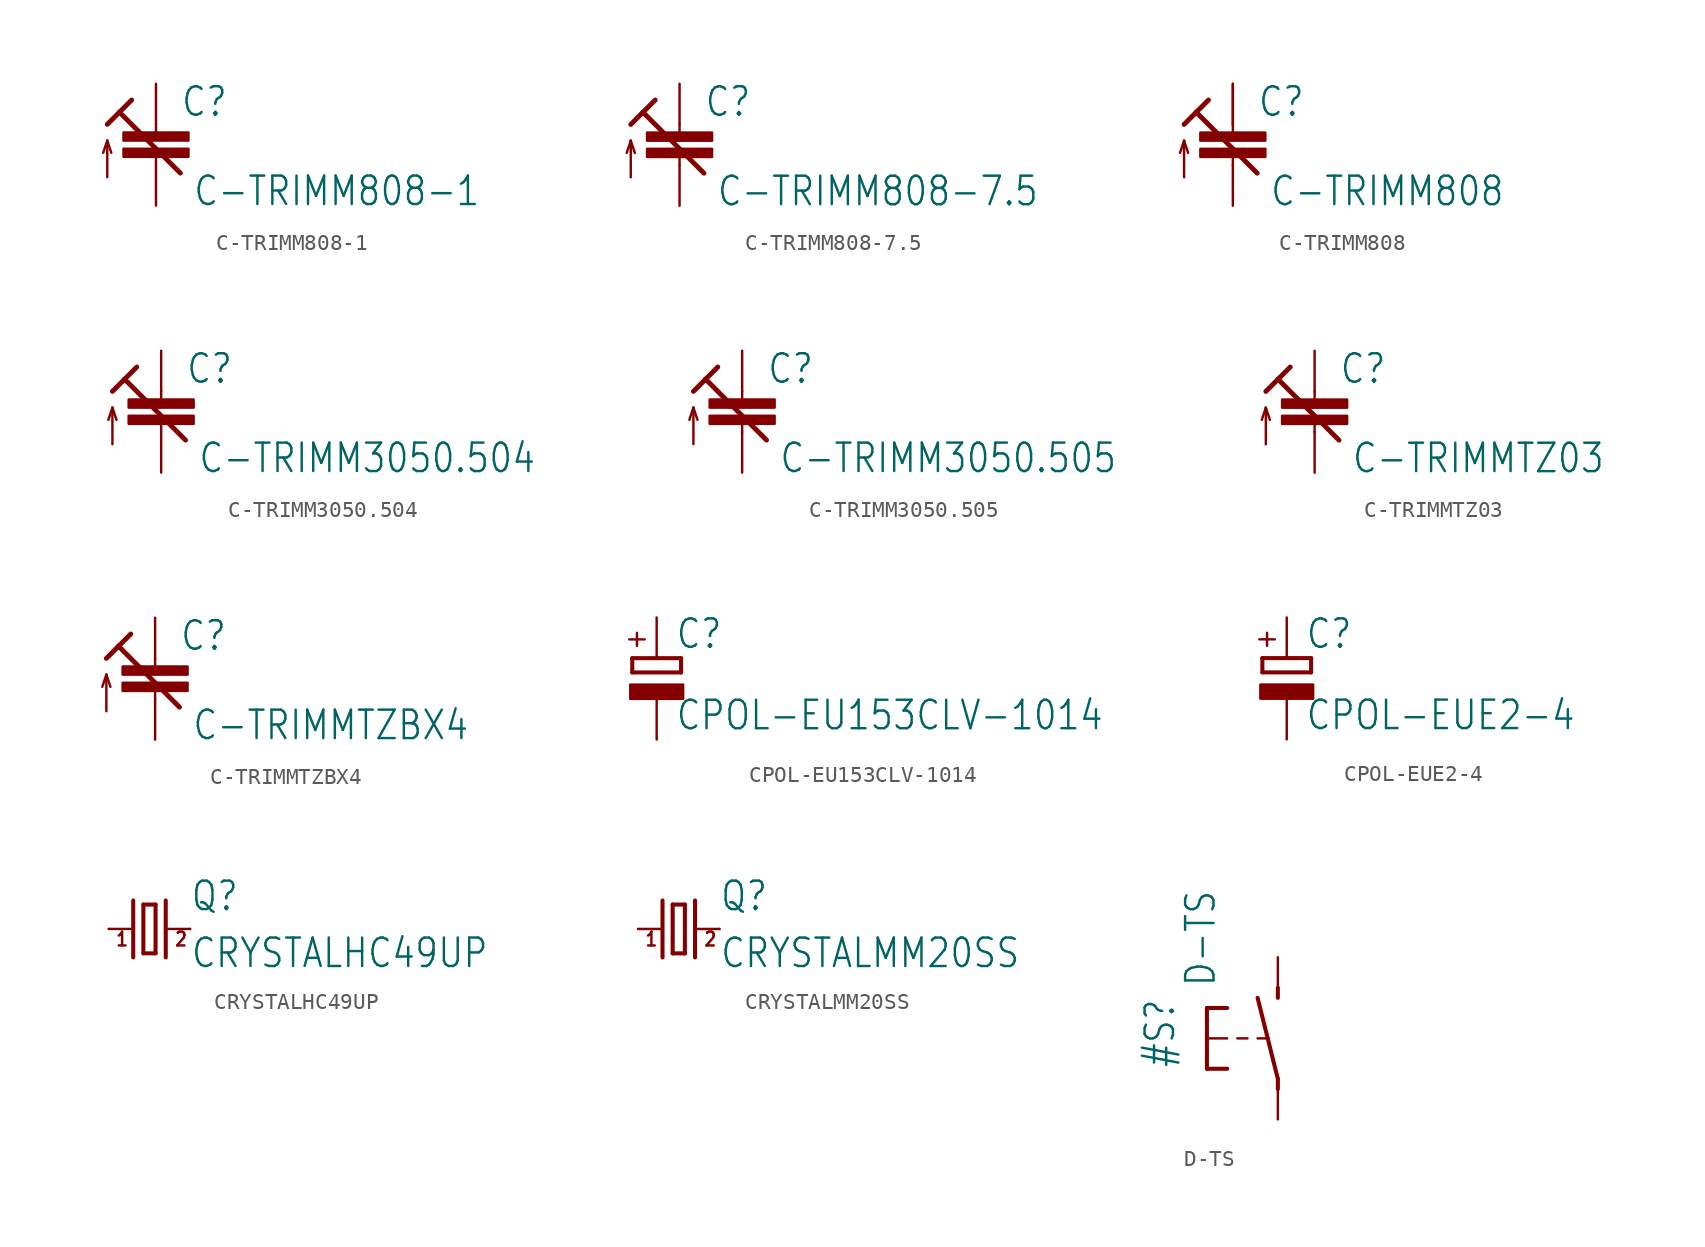
<source format=kicad_sym>
(kicad_symbol_lib
  (version 20220914)
  (generator kicad_symbol_editor)
  (symbol "C-TRIMM808-1"
    (property "Reference" "C"
      (at 1.524 0.381 0)
      (effects (font (size 1.778 1.511)) (justify left bottom)))
    (property "Value" "C-TRIMM808-1"
      (at 2.286 -5.207 0)
      (effects (font (size 1.778 1.511)) (justify left bottom)))
    (property "ki_locked" ""
      (at 0 0 0)
      (effects (font (size 1.27 1.27))))
    (symbol "C-TRIMM808-1_1_0"
      (rectangle (start -2.032 -2.032) (end 2.032 -1.524) (stroke (width 0) (type default)) (fill (type outline)))
      (rectangle (start -2.032 -1.016) (end 2.032 -0.508) (stroke (width 0) (type default)) (fill (type outline)))
      (polyline (pts (xy -3.048 -3.302) (xy -3.048 -1.016)) (stroke (width 0.152) (type default)) (fill (type none)))
      (polyline (pts (xy -3.048 -1.016) (xy -3.302 -1.778)) (stroke (width 0.152) (type default)) (fill (type none)))
      (polyline (pts (xy -3.048 -1.016) (xy -2.794 -1.778)) (stroke (width 0.152) (type default)) (fill (type none)))
      (polyline (pts (xy -3.048 0) (xy -2.286 0.762)) (stroke (width 0.305) (type default)) (fill (type none)))
      (polyline (pts (xy -2.286 0.762) (xy -1.524 1.524)) (stroke (width 0.305) (type default)) (fill (type none)))
      (polyline (pts (xy 0 -2.54) (xy 0 -2.032)) (stroke (width 0.152) (type default)) (fill (type none)))
      (polyline (pts (xy 0 0) (xy 0 -0.508)) (stroke (width 0.152) (type default)) (fill (type none)))
      (polyline (pts (xy 1.524 -3.048) (xy -2.286 0.762)) (stroke (width 0.305) (type default)) (fill (type none)))
      (pin passive line (at 0 2.54 270) (length 2.54) (name "E" (effects (font (size 0 0)))) (number "1" (effects (font (size 0 0)))))
      (pin passive line (at 0 -5.08 90) (length 2.54) (name "A" (effects (font (size 0 0)))) (number "2" (effects (font (size 0 0)))))))
  (symbol "C-TRIMM808-7.5"
    (property "Reference" "C"
      (at 1.524 0.381 0)
      (effects (font (size 1.778 1.511)) (justify left bottom)))
    (property "Value" "C-TRIMM808-7.5"
      (at 2.286 -5.207 0)
      (effects (font (size 1.778 1.511)) (justify left bottom)))
    (property "ki_locked" ""
      (at 0 0 0)
      (effects (font (size 1.27 1.27))))
    (symbol "C-TRIMM808-7.5_1_0"
      (rectangle (start -2.032 -2.032) (end 2.032 -1.524) (stroke (width 0) (type default)) (fill (type outline)))
      (rectangle (start -2.032 -1.016) (end 2.032 -0.508) (stroke (width 0) (type default)) (fill (type outline)))
      (polyline (pts (xy -3.048 -3.302) (xy -3.048 -1.016)) (stroke (width 0.152) (type default)) (fill (type none)))
      (polyline (pts (xy -3.048 -1.016) (xy -3.302 -1.778)) (stroke (width 0.152) (type default)) (fill (type none)))
      (polyline (pts (xy -3.048 -1.016) (xy -2.794 -1.778)) (stroke (width 0.152) (type default)) (fill (type none)))
      (polyline (pts (xy -3.048 0) (xy -2.286 0.762)) (stroke (width 0.305) (type default)) (fill (type none)))
      (polyline (pts (xy -2.286 0.762) (xy -1.524 1.524)) (stroke (width 0.305) (type default)) (fill (type none)))
      (polyline (pts (xy 0 -2.54) (xy 0 -2.032)) (stroke (width 0.152) (type default)) (fill (type none)))
      (polyline (pts (xy 0 0) (xy 0 -0.508)) (stroke (width 0.152) (type default)) (fill (type none)))
      (polyline (pts (xy 1.524 -3.048) (xy -2.286 0.762)) (stroke (width 0.305) (type default)) (fill (type none)))
      (pin passive line (at 0 2.54 270) (length 2.54) (name "E" (effects (font (size 0 0)))) (number "1" (effects (font (size 0 0)))))
      (pin passive line (at 0 -5.08 90) (length 2.54) (name "A" (effects (font (size 0 0)))) (number "2" (effects (font (size 0 0)))))))
  (symbol "C-TRIMM808"
    (property "Reference" "C"
      (at 1.524 0.381 0)
      (effects (font (size 1.778 1.511)) (justify left bottom)))
    (property "Value" "C-TRIMM808"
      (at 2.286 -5.207 0)
      (effects (font (size 1.778 1.511)) (justify left bottom)))
    (property "ki_locked" ""
      (at 0 0 0)
      (effects (font (size 1.27 1.27))))
    (symbol "C-TRIMM808_1_0"
      (rectangle (start -2.032 -2.032) (end 2.032 -1.524) (stroke (width 0) (type default)) (fill (type outline)))
      (rectangle (start -2.032 -1.016) (end 2.032 -0.508) (stroke (width 0) (type default)) (fill (type outline)))
      (polyline (pts (xy -3.048 -3.302) (xy -3.048 -1.016)) (stroke (width 0.152) (type default)) (fill (type none)))
      (polyline (pts (xy -3.048 -1.016) (xy -3.302 -1.778)) (stroke (width 0.152) (type default)) (fill (type none)))
      (polyline (pts (xy -3.048 -1.016) (xy -2.794 -1.778)) (stroke (width 0.152) (type default)) (fill (type none)))
      (polyline (pts (xy -3.048 0) (xy -2.286 0.762)) (stroke (width 0.305) (type default)) (fill (type none)))
      (polyline (pts (xy -2.286 0.762) (xy -1.524 1.524)) (stroke (width 0.305) (type default)) (fill (type none)))
      (polyline (pts (xy 0 -2.54) (xy 0 -2.032)) (stroke (width 0.152) (type default)) (fill (type none)))
      (polyline (pts (xy 0 0) (xy 0 -0.508)) (stroke (width 0.152) (type default)) (fill (type none)))
      (polyline (pts (xy 1.524 -3.048) (xy -2.286 0.762)) (stroke (width 0.305) (type default)) (fill (type none)))
      (pin passive line (at 0 2.54 270) (length 2.54) (name "E" (effects (font (size 0 0)))) (number "1" (effects (font (size 0 0)))))
      (pin passive line (at 0 -5.08 90) (length 2.54) (name "A" (effects (font (size 0 0)))) (number "2" (effects (font (size 0 0)))))
      (pin passive line (at 0 2.54 270) (length 2.54) (name "E" (effects (font (size 0 0)))) (number "3" (effects (font (size 0 0)))))))
  (symbol "C-TRIMM3050.504"
    (property "Reference" "C"
      (at 1.524 0.381 0)
      (effects (font (size 1.778 1.511)) (justify left bottom)))
    (property "Value" "C-TRIMM3050.504"
      (at 2.286 -5.207 0)
      (effects (font (size 1.778 1.511)) (justify left bottom)))
    (property "ki_locked" ""
      (at 0 0 0)
      (effects (font (size 1.27 1.27))))
    (symbol "C-TRIMM3050.504_1_0"
      (rectangle (start -2.032 -2.032) (end 2.032 -1.524) (stroke (width 0) (type default)) (fill (type outline)))
      (rectangle (start -2.032 -1.016) (end 2.032 -0.508) (stroke (width 0) (type default)) (fill (type outline)))
      (polyline (pts (xy -3.048 -3.302) (xy -3.048 -1.016)) (stroke (width 0.152) (type default)) (fill (type none)))
      (polyline (pts (xy -3.048 -1.016) (xy -3.302 -1.778)) (stroke (width 0.152) (type default)) (fill (type none)))
      (polyline (pts (xy -3.048 -1.016) (xy -2.794 -1.778)) (stroke (width 0.152) (type default)) (fill (type none)))
      (polyline (pts (xy -3.048 0) (xy -2.286 0.762)) (stroke (width 0.305) (type default)) (fill (type none)))
      (polyline (pts (xy -2.286 0.762) (xy -1.524 1.524)) (stroke (width 0.305) (type default)) (fill (type none)))
      (polyline (pts (xy 0 -2.54) (xy 0 -2.032)) (stroke (width 0.152) (type default)) (fill (type none)))
      (polyline (pts (xy 0 0) (xy 0 -0.508)) (stroke (width 0.152) (type default)) (fill (type none)))
      (polyline (pts (xy 1.524 -3.048) (xy -2.286 0.762)) (stroke (width 0.305) (type default)) (fill (type none)))
      (pin passive line (at 0 2.54 270) (length 2.54) (name "E" (effects (font (size 0 0)))) (number "1" (effects (font (size 0 0)))))
      (pin passive line (at 0 -5.08 90) (length 2.54) (name "A" (effects (font (size 0 0)))) (number "2" (effects (font (size 0 0)))))))
  (symbol "C-TRIMM3050.505"
    (property "Reference" "C"
      (at 1.524 0.381 0)
      (effects (font (size 1.778 1.511)) (justify left bottom)))
    (property "Value" "C-TRIMM3050.505"
      (at 2.286 -5.207 0)
      (effects (font (size 1.778 1.511)) (justify left bottom)))
    (property "ki_locked" ""
      (at 0 0 0)
      (effects (font (size 1.27 1.27))))
    (symbol "C-TRIMM3050.505_1_0"
      (rectangle (start -2.032 -2.032) (end 2.032 -1.524) (stroke (width 0) (type default)) (fill (type outline)))
      (rectangle (start -2.032 -1.016) (end 2.032 -0.508) (stroke (width 0) (type default)) (fill (type outline)))
      (polyline (pts (xy -3.048 -3.302) (xy -3.048 -1.016)) (stroke (width 0.152) (type default)) (fill (type none)))
      (polyline (pts (xy -3.048 -1.016) (xy -3.302 -1.778)) (stroke (width 0.152) (type default)) (fill (type none)))
      (polyline (pts (xy -3.048 -1.016) (xy -2.794 -1.778)) (stroke (width 0.152) (type default)) (fill (type none)))
      (polyline (pts (xy -3.048 0) (xy -2.286 0.762)) (stroke (width 0.305) (type default)) (fill (type none)))
      (polyline (pts (xy -2.286 0.762) (xy -1.524 1.524)) (stroke (width 0.305) (type default)) (fill (type none)))
      (polyline (pts (xy 0 -2.54) (xy 0 -2.032)) (stroke (width 0.152) (type default)) (fill (type none)))
      (polyline (pts (xy 0 0) (xy 0 -0.508)) (stroke (width 0.152) (type default)) (fill (type none)))
      (polyline (pts (xy 1.524 -3.048) (xy -2.286 0.762)) (stroke (width 0.305) (type default)) (fill (type none)))
      (pin passive line (at 0 2.54 270) (length 2.54) (name "E" (effects (font (size 0 0)))) (number "1" (effects (font (size 0 0)))))
      (pin passive line (at 0 -5.08 90) (length 2.54) (name "A" (effects (font (size 0 0)))) (number "2" (effects (font (size 0 0)))))))
  (symbol "C-TRIMMTZ03"
    (property "Reference" "C"
      (at 1.524 0.381 0)
      (effects (font (size 1.778 1.511)) (justify left bottom)))
    (property "Value" "C-TRIMMTZ03"
      (at 2.286 -5.207 0)
      (effects (font (size 1.778 1.511)) (justify left bottom)))
    (property "ki_locked" ""
      (at 0 0 0)
      (effects (font (size 1.27 1.27))))
    (symbol "C-TRIMMTZ03_1_0"
      (rectangle (start -2.032 -2.032) (end 2.032 -1.524) (stroke (width 0) (type default)) (fill (type outline)))
      (rectangle (start -2.032 -1.016) (end 2.032 -0.508) (stroke (width 0) (type default)) (fill (type outline)))
      (polyline (pts (xy -3.048 -3.302) (xy -3.048 -1.016)) (stroke (width 0.152) (type default)) (fill (type none)))
      (polyline (pts (xy -3.048 -1.016) (xy -3.302 -1.778)) (stroke (width 0.152) (type default)) (fill (type none)))
      (polyline (pts (xy -3.048 -1.016) (xy -2.794 -1.778)) (stroke (width 0.152) (type default)) (fill (type none)))
      (polyline (pts (xy -3.048 0) (xy -2.286 0.762)) (stroke (width 0.305) (type default)) (fill (type none)))
      (polyline (pts (xy -2.286 0.762) (xy -1.524 1.524)) (stroke (width 0.305) (type default)) (fill (type none)))
      (polyline (pts (xy 0 -2.54) (xy 0 -2.032)) (stroke (width 0.152) (type default)) (fill (type none)))
      (polyline (pts (xy 0 0) (xy 0 -0.508)) (stroke (width 0.152) (type default)) (fill (type none)))
      (polyline (pts (xy 1.524 -3.048) (xy -2.286 0.762)) (stroke (width 0.305) (type default)) (fill (type none)))
      (pin passive line (at 0 2.54 270) (length 2.54) (name "E" (effects (font (size 0 0)))) (number "1" (effects (font (size 0 0)))))
      (pin passive line (at 0 -5.08 90) (length 2.54) (name "A" (effects (font (size 0 0)))) (number "2" (effects (font (size 0 0)))))))
  (symbol "C-TRIMMTZBX4"
    (property "Reference" "C"
      (at 1.524 0.381 0)
      (effects (font (size 1.778 1.511)) (justify left bottom)))
    (property "Value" "C-TRIMMTZBX4"
      (at 2.286 -5.207 0)
      (effects (font (size 1.778 1.511)) (justify left bottom)))
    (property "ki_locked" ""
      (at 0 0 0)
      (effects (font (size 1.27 1.27))))
    (symbol "C-TRIMMTZBX4_1_0"
      (rectangle (start -2.032 -2.032) (end 2.032 -1.524) (stroke (width 0) (type default)) (fill (type outline)))
      (rectangle (start -2.032 -1.016) (end 2.032 -0.508) (stroke (width 0) (type default)) (fill (type outline)))
      (polyline (pts (xy -3.048 -3.302) (xy -3.048 -1.016)) (stroke (width 0.152) (type default)) (fill (type none)))
      (polyline (pts (xy -3.048 -1.016) (xy -3.302 -1.778)) (stroke (width 0.152) (type default)) (fill (type none)))
      (polyline (pts (xy -3.048 -1.016) (xy -2.794 -1.778)) (stroke (width 0.152) (type default)) (fill (type none)))
      (polyline (pts (xy -3.048 0) (xy -2.286 0.762)) (stroke (width 0.305) (type default)) (fill (type none)))
      (polyline (pts (xy -2.286 0.762) (xy -1.524 1.524)) (stroke (width 0.305) (type default)) (fill (type none)))
      (polyline (pts (xy 0 -2.54) (xy 0 -2.032)) (stroke (width 0.152) (type default)) (fill (type none)))
      (polyline (pts (xy 0 0) (xy 0 -0.508)) (stroke (width 0.152) (type default)) (fill (type none)))
      (polyline (pts (xy 1.524 -3.048) (xy -2.286 0.762)) (stroke (width 0.305) (type default)) (fill (type none)))
      (pin passive line (at 0 2.54 270) (length 2.54) (name "E" (effects (font (size 0 0)))) (number "1" (effects (font (size 0 0)))))
      (pin passive line (at 0 -5.08 90) (length 2.54) (name "A" (effects (font (size 0 0)))) (number "2" (effects (font (size 0 0)))))))
  (symbol "CPOL-EU153CLV-1014"
    (property "Reference" "C"
      (at 1.143 0.483 0)
      (effects (font (size 1.778 1.511)) (justify left bottom)))
    (property "Value" "CPOL-EU153CLV-1014"
      (at 1.143 -4.597 0)
      (effects (font (size 1.778 1.511)) (justify left bottom)))
    (property "ki_locked" ""
      (at 0 0 0)
      (effects (font (size 1.27 1.27))))
    (symbol "CPOL-EU153CLV-1014_1_0"
      (rectangle (start -1.651 -2.54) (end 1.651 -1.651) (stroke (width 0) (type default)) (fill (type outline)))
      (polyline (pts (xy -1.524 -0.889) (xy 1.524 -0.889)) (stroke (width 0.254) (type default)) (fill (type none)))
      (polyline (pts (xy -1.524 0) (xy -1.524 -0.889)) (stroke (width 0.254) (type default)) (fill (type none)))
      (polyline (pts (xy -1.524 0) (xy 1.524 0)) (stroke (width 0.254) (type default)) (fill (type none)))
      (polyline (pts (xy 1.524 -0.889) (xy 1.524 0)) (stroke (width 0.254) (type default)) (fill (type none)))
      (text "+" (at -0.584 0.406 900) (effects (font (size 1.27 1.079)) (justify left bottom)))
      (pin passive line (at 0 2.54 270) (length 2.54) (name "+" (effects (font (size 0 0)))) (number "+" (effects (font (size 0 0)))))
      (pin passive line (at 0 -5.08 90) (length 2.54) (name "-" (effects (font (size 0 0)))) (number "-" (effects (font (size 0 0)))))))
  (symbol "CPOL-EUE2-4"
    (property "Reference" "C"
      (at 1.143 0.483 0)
      (effects (font (size 1.778 1.511)) (justify left bottom)))
    (property "Value" "CPOL-EUE2-4"
      (at 1.143 -4.597 0)
      (effects (font (size 1.778 1.511)) (justify left bottom)))
    (property "ki_locked" ""
      (at 0 0 0)
      (effects (font (size 1.27 1.27))))
    (symbol "CPOL-EUE2-4_1_0"
      (rectangle (start -1.651 -2.54) (end 1.651 -1.651) (stroke (width 0) (type default)) (fill (type outline)))
      (polyline (pts (xy -1.524 -0.889) (xy 1.524 -0.889)) (stroke (width 0.254) (type default)) (fill (type none)))
      (polyline (pts (xy -1.524 0) (xy -1.524 -0.889)) (stroke (width 0.254) (type default)) (fill (type none)))
      (polyline (pts (xy -1.524 0) (xy 1.524 0)) (stroke (width 0.254) (type default)) (fill (type none)))
      (polyline (pts (xy 1.524 -0.889) (xy 1.524 0)) (stroke (width 0.254) (type default)) (fill (type none)))
      (text "+" (at -0.584 0.406 900) (effects (font (size 1.27 1.079)) (justify left bottom)))
      (pin passive line (at 0 2.54 270) (length 2.54) (name "+" (effects (font (size 0 0)))) (number "+" (effects (font (size 0 0)))))
      (pin passive line (at 0 -5.08 90) (length 2.54) (name "-" (effects (font (size 0 0)))) (number "-" (effects (font (size 0 0)))))))
  (symbol "CRYSTALHC49UP"
    (property "Reference" "Q"
      (at 2.54 1.016 0)
      (effects (font (size 1.778 1.511)) (justify left bottom)))
    (property "Value" "CRYSTALHC49UP"
      (at 2.54 -2.54 0)
      (effects (font (size 1.778 1.511)) (justify left bottom)))
    (property "ki_locked" ""
      (at 0 0 0)
      (effects (font (size 1.27 1.27))))
    (symbol "CRYSTALHC49UP_1_0"
      (polyline (pts (xy -2.54 0) (xy -1.016 0)) (stroke (width 0.152) (type default)) (fill (type none)))
      (polyline (pts (xy -1.016 1.778) (xy -1.016 -1.778)) (stroke (width 0.254) (type default)) (fill (type none)))
      (polyline (pts (xy -0.381 -1.524) (xy 0.381 -1.524)) (stroke (width 0.254) (type default)) (fill (type none)))
      (polyline (pts (xy -0.381 1.524) (xy -0.381 -1.524)) (stroke (width 0.254) (type default)) (fill (type none)))
      (polyline (pts (xy 0.381 -1.524) (xy 0.381 1.524)) (stroke (width 0.254) (type default)) (fill (type none)))
      (polyline (pts (xy 0.381 1.524) (xy -0.381 1.524)) (stroke (width 0.254) (type default)) (fill (type none)))
      (polyline (pts (xy 1.016 0) (xy 2.54 0)) (stroke (width 0.152) (type default)) (fill (type none)))
      (polyline (pts (xy 1.016 1.778) (xy 1.016 -1.778)) (stroke (width 0.254) (type default)) (fill (type none)))
      (text "1" (at -2.159 -1.143 0) (effects (font (size 0.864 0.734)) (justify left bottom)))
      (text "2" (at 1.524 -1.143 0) (effects (font (size 0.864 0.734)) (justify left bottom)))
      (pin passive line (at -2.54 0 0) (length 0) (name "1" (effects (font (size 0 0)))) (number "1" (effects (font (size 0 0)))))
      (pin passive line (at 2.54 0 180) (length 0) (name "2" (effects (font (size 0 0)))) (number "2" (effects (font (size 0 0)))))))
  (symbol "CRYSTALMM20SS"
    (property "Reference" "Q"
      (at 2.54 1.016 0)
      (effects (font (size 1.778 1.511)) (justify left bottom)))
    (property "Value" "CRYSTALMM20SS"
      (at 2.54 -2.54 0)
      (effects (font (size 1.778 1.511)) (justify left bottom)))
    (property "ki_locked" ""
      (at 0 0 0)
      (effects (font (size 1.27 1.27))))
    (symbol "CRYSTALMM20SS_1_0"
      (polyline (pts (xy -2.54 0) (xy -1.016 0)) (stroke (width 0.152) (type default)) (fill (type none)))
      (polyline (pts (xy -1.016 1.778) (xy -1.016 -1.778)) (stroke (width 0.254) (type default)) (fill (type none)))
      (polyline (pts (xy -0.381 -1.524) (xy 0.381 -1.524)) (stroke (width 0.254) (type default)) (fill (type none)))
      (polyline (pts (xy -0.381 1.524) (xy -0.381 -1.524)) (stroke (width 0.254) (type default)) (fill (type none)))
      (polyline (pts (xy 0.381 -1.524) (xy 0.381 1.524)) (stroke (width 0.254) (type default)) (fill (type none)))
      (polyline (pts (xy 0.381 1.524) (xy -0.381 1.524)) (stroke (width 0.254) (type default)) (fill (type none)))
      (polyline (pts (xy 1.016 0) (xy 2.54 0)) (stroke (width 0.152) (type default)) (fill (type none)))
      (polyline (pts (xy 1.016 1.778) (xy 1.016 -1.778)) (stroke (width 0.254) (type default)) (fill (type none)))
      (text "1" (at -2.159 -1.143 0) (effects (font (size 0.864 0.734)) (justify left bottom)))
      (text "2" (at 1.524 -1.143 0) (effects (font (size 0.864 0.734)) (justify left bottom)))
      (pin passive line (at -2.54 0 0) (length 0) (name "1" (effects (font (size 0 0)))) (number "1" (effects (font (size 0 0)))))
      (pin passive line (at 2.54 0 180) (length 0) (name "2" (effects (font (size 0 0)))) (number "4" (effects (font (size 0 0)))))))
  (symbol "D-TS"
    (property "Reference" "#S"
      (at -6.35 -1.905 90)
      (effects (font (size 1.778 1.511)) (justify left bottom)))
    (property "Value" "D-TS"
      (at -3.81 3.175 90)
      (effects (font (size 1.778 1.511)) (justify left bottom)))
    (property "ki_locked" ""
      (at 0 0 0)
      (effects (font (size 1.27 1.27))))
    (symbol "D-TS_1_0"
      (polyline (pts (xy -4.445 -1.905) (xy -3.175 -1.905)) (stroke (width 0.254) (type default)) (fill (type none)))
      (polyline (pts (xy -4.445 0) (xy -4.445 -1.905)) (stroke (width 0.254) (type default)) (fill (type none)))
      (polyline (pts (xy -4.445 0) (xy -3.175 0)) (stroke (width 0.152) (type default)) (fill (type none)))
      (polyline (pts (xy -4.445 1.905) (xy -4.445 0)) (stroke (width 0.254) (type default)) (fill (type none)))
      (polyline (pts (xy -4.445 1.905) (xy -3.175 1.905)) (stroke (width 0.254) (type default)) (fill (type none)))
      (polyline (pts (xy -2.54 0) (xy -1.905 0)) (stroke (width 0.152) (type default)) (fill (type none)))
      (polyline (pts (xy -1.27 0) (xy -0.635 0)) (stroke (width 0.152) (type default)) (fill (type none)))
      (polyline (pts (xy -0.635 0) (xy -1.27 2.54)) (stroke (width 0.254) (type default)) (fill (type none)))
      (polyline (pts (xy 0 -3.175) (xy 0 -5.08)) (stroke (width 0.152) (type default)) (fill (type none)))
      (polyline (pts (xy 0 -3.175) (xy 0 -2.54)) (stroke (width 0.254) (type default)) (fill (type none)))
      (polyline (pts (xy 0 -2.54) (xy -0.635 0)) (stroke (width 0.254) (type default)) (fill (type none)))
      (polyline (pts (xy 0 2.54) (xy 0 3.175)) (stroke (width 0.254) (type default)) (fill (type none)))
      (polyline (pts (xy 0 3.175) (xy 0 5.08)) (stroke (width 0.152) (type default)) (fill (type none))))))
</source>
